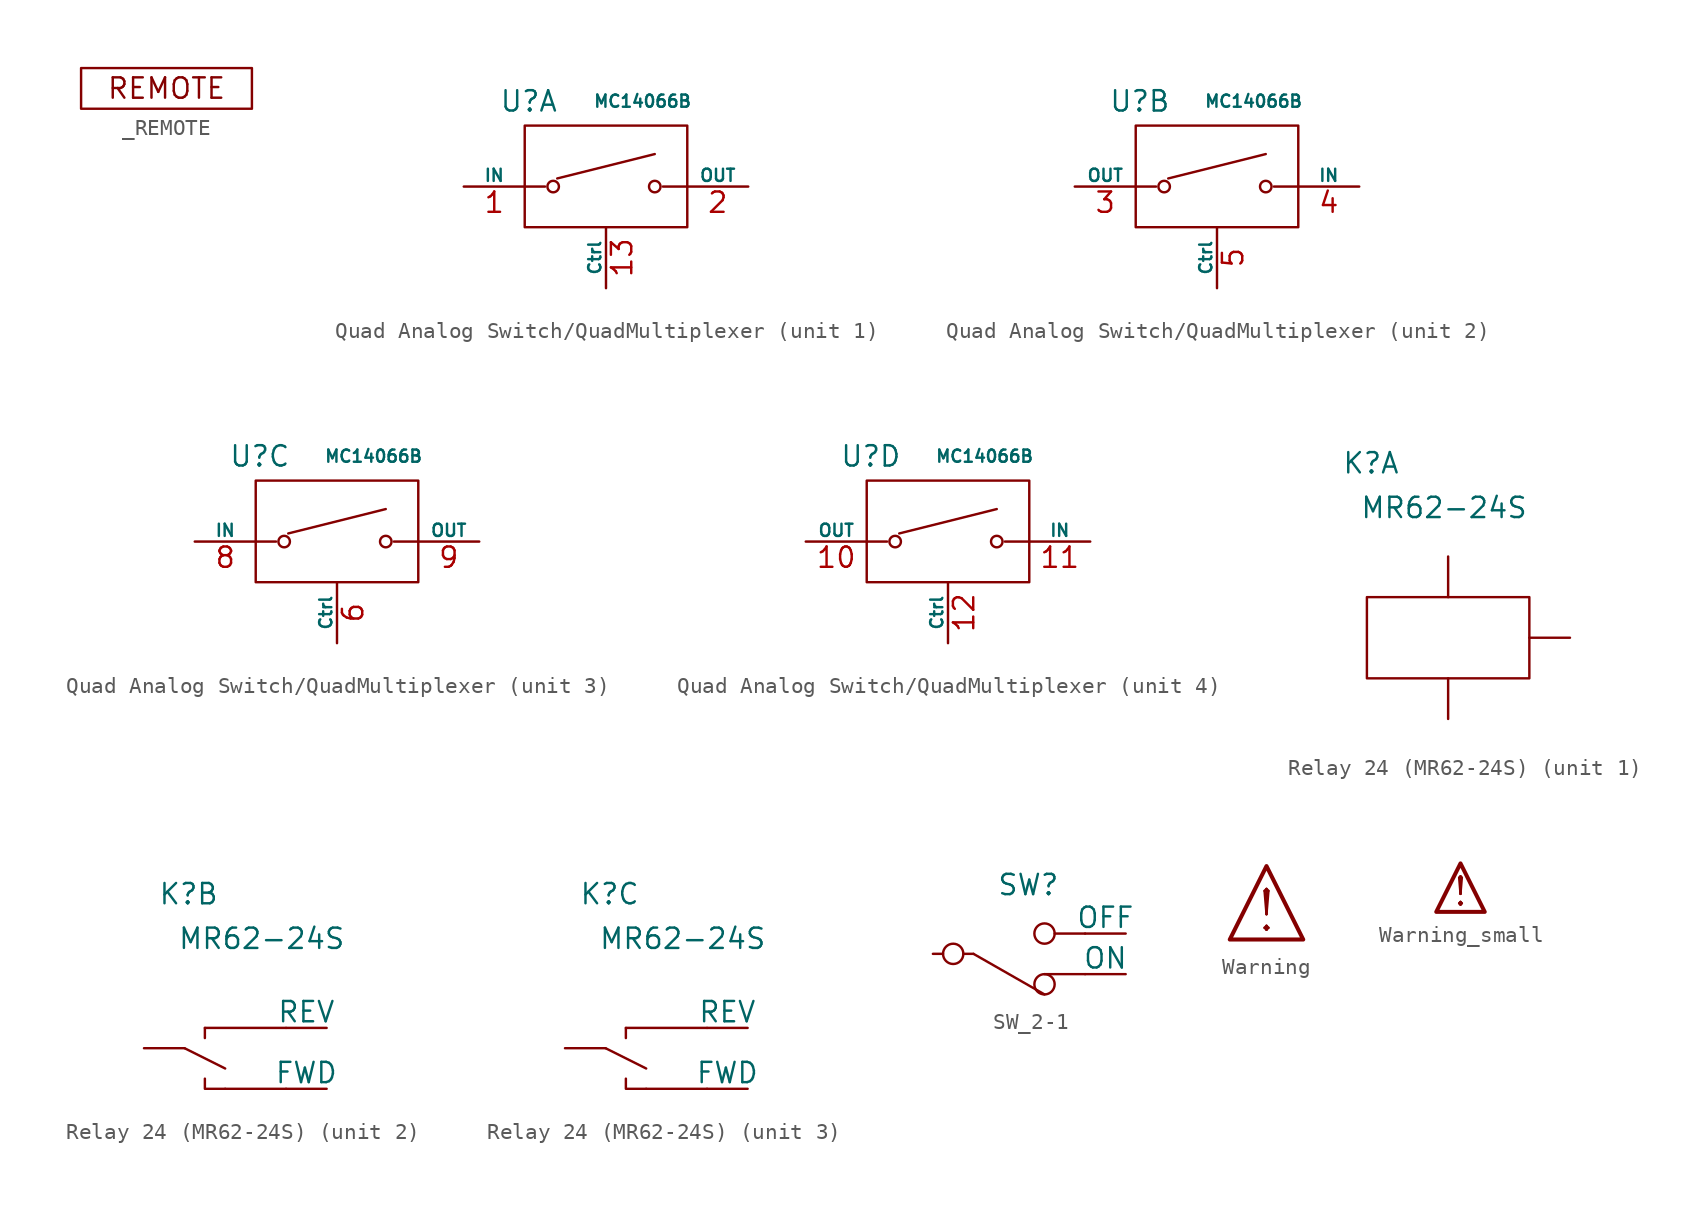
<source format=kicad_sym>
(kicad_symbol_lib
  (version 20241209)
  (generator "kicad_symbol_editor")
  (generator_version "9.0")
  (symbol "_REMOTE"
    (pin_numbers
      (hide yes))
    (pin_names
      (offset 0)
      (hide yes))
    (property "Reference" "BTN"
      (at -6.096 4.318 0)
      (effects (font (size 1.27 1.27)) (hide yes)))
    (property "Value" ""
      (at 0 0 0)
      (effects (font (size 1.27 1.27))))
    (symbol "_REMOTE_0_1"
      (rectangle (start -5.334 1.27) (end 5.334 -1.27) (stroke (width 0) (type default)) (fill (type none))))
    (symbol "_REMOTE_1_1"
      (text "REMOTE" (at 0 0 0) (effects (font (size 1.27 1.27))))))
  (symbol "Quad Analog Switch/QuadMultiplexer"
    (pin_names
      (offset 0))
    (property "Reference" "U"
      (at -4.826 4.064 0)
      (effects (font (size 1.27 1.27))))
    (property "Value" "MC14066B"
      (at 2.286 4.064 0)
      (effects (font (size 0.762 0.762))))
    (symbol "Quad Analog Switch/QuadMultiplexer_0_1"
      (rectangle (start -5.08 2.54) (end 5.08 -3.81) (stroke (width 0) (type default)) (fill (type none)))
      (polyline (pts (xy -5.08 -1.27) (xy -3.81 -1.27)) (stroke (width 0) (type default)) (fill (type none)))
      (circle (center -3.302 -1.27) (radius 0.359) (stroke (width 0) (type default)) (fill (type none)))
      (polyline (pts (xy -3.048 -0.762) (xy 3.048 0.762)) (stroke (width 0) (type default)) (fill (type none)))
      (circle (center 3.048 -1.27) (radius 0.359) (stroke (width 0) (type default)) (fill (type none)))
      (polyline (pts (xy 5.08 -1.27) (xy 3.81 -1.27) (xy 3.556 -1.27)) (stroke (width 0) (type default)) (fill (type none))))
    (symbol "Quad Analog Switch/QuadMultiplexer_1_1"
      (pin input line (at -8.89 -1.27 0) (length 3.81) (name "IN" (effects (font (size 0.762 0.762)))) (number "1" (effects (font (size 1.27 1.27)))))
      (pin input line (at 0 -7.62 90) (length 3.81) (name "Ctrl" (effects (font (size 0.762 0.762)))) (number "13" (effects (font (size 1.27 1.27)))))
      (pin input line (at 8.89 -1.27 180) (length 3.81) (name "OUT" (effects (font (size 0.762 0.762)))) (number "2" (effects (font (size 1.27 1.27))))))
    (symbol "Quad Analog Switch/QuadMultiplexer_2_1"
      (pin input line (at -8.89 -1.27 0) (length 3.81) (name "OUT" (effects (font (size 0.762 0.762)))) (number "3" (effects (font (size 1.27 1.27)))))
      (pin input line (at 0 -7.62 90) (length 3.81) (name "Ctrl" (effects (font (size 0.762 0.762)))) (number "5" (effects (font (size 1.27 1.27)))))
      (pin input line (at 8.89 -1.27 180) (length 3.81) (name "IN" (effects (font (size 0.762 0.762)))) (number "4" (effects (font (size 1.27 1.27))))))
    (symbol "Quad Analog Switch/QuadMultiplexer_3_1"
      (pin input line (at -8.89 -1.27 0) (length 3.81) (name "IN" (effects (font (size 0.762 0.762)))) (number "8" (effects (font (size 1.27 1.27)))))
      (pin input line (at 0 -7.62 90) (length 3.81) (name "Ctrl" (effects (font (size 0.762 0.762)))) (number "6" (effects (font (size 1.27 1.27)))))
      (pin input line (at 8.89 -1.27 180) (length 3.81) (name "OUT" (effects (font (size 0.762 0.762)))) (number "9" (effects (font (size 1.27 1.27))))))
    (symbol "Quad Analog Switch/QuadMultiplexer_4_1"
      (pin input line (at -8.89 -1.27 0) (length 3.81) (name "OUT" (effects (font (size 0.762 0.762)))) (number "10" (effects (font (size 1.27 1.27)))))
      (pin input line (at 0 -7.62 90) (length 3.81) (name "Ctrl" (effects (font (size 0.762 0.762)))) (number "12" (effects (font (size 1.27 1.27)))))
      (pin input line (at 8.89 -1.27 180) (length 3.81) (name "IN" (effects (font (size 0.762 0.762)))) (number "11" (effects (font (size 1.27 1.27)))))))
  (symbol "Relay 24 (MR62-24S)"
    (pin_names
      (offset 0))
    (property "Reference" "K"
      (at -4.826 10.922 0)
      (effects (font (size 1.27 1.27))))
    (property "Value" "MR62-24S"
      (at -0.254 8.128 0)
      (effects (font (size 1.27 1.27))))
    (property "ki_locked" ""
      (at 0 0 0)
      (effects (font (size 1.27 1.27))))
    (symbol "Relay 24 (MR62-24S)_1_1"
      (rectangle (start -5.08 2.54) (end 5.08 -2.54) (stroke (width 0) (type default)) (fill (type none)))
      (polyline (pts (xy 5.08 0) (xy 7.62 0)) (stroke (width 0) (type default)) (fill (type none)))
      (pin input line (at 0 5.08 270) (length 2.54) (name "" (effects (font (size 1.27 1.27)))) (number "" (effects (font (size 1.27 1.27)))))
      (pin input line (at 0 -5.08 90) (length 2.54) (name "" (effects (font (size 1.27 1.27)))) (number "" (effects (font (size 1.27 1.27))))))
    (symbol "Relay 24 (MR62-24S)_2_1"
      (polyline (pts (xy -5.08 1.27) (xy -2.54 0)) (stroke (width 0) (type default)) (fill (type none)))
      (polyline (pts (xy -3.81 2.54) (xy -3.81 1.905)) (stroke (width 0) (type default)) (fill (type none)))
      (polyline (pts (xy -2.54 -1.27) (xy -3.81 -1.27) (xy -3.81 -0.635)) (stroke (width 0) (type default)) (fill (type none)))
      (polyline (pts (xy 1.27 2.54) (xy -3.81 2.54)) (stroke (width 0) (type default)) (fill (type none)))
      (polyline (pts (xy 1.27 -1.27) (xy -2.54 -1.27)) (stroke (width 0) (type default)) (fill (type none)))
      (pin input line (at -7.62 1.27 0) (length 2.54) (name "" (effects (font (size 1.27 1.27)))) (number "" (effects (font (size 1.27 1.27)))))
      (pin input line (at 3.81 2.54 180) (length 2.54) (name "REV" (effects (font (size 1.27 1.27)))) (number "" (effects (font (size 1.27 1.27)))))
      (pin input line (at 3.81 -1.27 180) (length 2.54) (name "FWD" (effects (font (size 1.27 1.27)))) (number "" (effects (font (size 1.27 1.27))))))
    (symbol "Relay 24 (MR62-24S)_3_1"
      (polyline (pts (xy -5.08 1.27) (xy -2.54 0)) (stroke (width 0) (type default)) (fill (type none)))
      (polyline (pts (xy -3.81 2.54) (xy -3.81 1.905)) (stroke (width 0) (type default)) (fill (type none)))
      (polyline (pts (xy -2.54 -1.27) (xy -3.81 -1.27) (xy -3.81 -0.635)) (stroke (width 0) (type default)) (fill (type none)))
      (polyline (pts (xy 1.27 2.54) (xy -3.81 2.54)) (stroke (width 0) (type default)) (fill (type none)))
      (polyline (pts (xy 1.27 -1.27) (xy -2.54 -1.27)) (stroke (width 0) (type default)) (fill (type none)))
      (pin input line (at -7.62 1.27 0) (length 2.54) (name "" (effects (font (size 1.27 1.27)))) (number "" (effects (font (size 1.27 1.27)))))
      (pin input line (at 3.81 2.54 180) (length 2.54) (name "REV" (effects (font (size 1.27 1.27)))) (number "" (effects (font (size 1.27 1.27)))))
      (pin input line (at 3.81 -1.27 180) (length 2.54) (name "FWD" (effects (font (size 1.27 1.27)))) (number "" (effects (font (size 1.27 1.27)))))))
  (symbol "SW_2-1"
    (pin_names
      (offset 0))
    (property "Reference" "SW"
      (at 0.254 5.588 0)
      (effects (font (size 1.27 1.27))))
    (symbol "SW_2-1_0_1"
      (circle (center -4.445 1.27) (radius 0.635) (stroke (width 0) (type default)) (fill (type none)))
      (polyline (pts (xy -3.175 1.27) (xy 1.27 -1.27)) (stroke (width 0) (type default)) (fill (type none)))
      (circle (center 1.27 2.54) (radius 0.635) (stroke (width 0) (type default)) (fill (type none)))
      (circle (center 1.27 -0.635) (radius 0.635) (stroke (width 0) (type default)) (fill (type none))))
    (symbol "SW_2-1_1_1"
      (polyline (pts (xy -3.175 1.27) (xy -3.81 1.27)) (stroke (width 0) (type solid)) (fill (type none)))
      (polyline (pts (xy 3.81 2.54) (xy 1.905 2.54)) (stroke (width 0) (type default)) (fill (type none)))
      (polyline (pts (xy 3.81 0) (xy 1.27 0)) (stroke (width 0) (type default)) (fill (type none)))
      (pin input line (at -5.715 1.27 0) (length 0.635) (name "" (effects (font (size 1.27 1.27)))) (number "" (effects (font (size 1.27 1.27)))))
      (pin input line (at 6.35 2.54 180) (length 2.54) (name "OFF" (effects (font (size 1.27 1.27)))) (number "" (effects (font (size 1.27 1.27)))))
      (pin input line (at 6.35 0 180) (length 2.54) (name "ON" (effects (font (size 1.27 1.27)))) (number "" (effects (font (size 1.27 1.27)))))))
  (symbol "Warning"
    (property "Reference" "G"
      (at -4.572 4.318 0)
      (effects (font (size 1.27 1.27)) (hide yes)))
    (symbol "Warning_1_1"
      (polyline (pts (xy 0 2.032) (xy -2.286 -2.54) (xy 2.286 -2.54) (xy 0 2.032)) (stroke (width 0.254) (type solid)) (fill (type none)))
      (text "!" (at 0 -0.762 0) (effects (font (face "KiCad Font") (size 2.54 2.54))))))
  (symbol "Warning_small"
    (property "Reference" "G"
      (at -2.286 3.048 0)
      (effects (font (size 1.27 1.27)) (hide yes)))
    (symbol "Warning_small_1_1"
      (polyline (pts (xy 0 2.54) (xy -1.524 -0.508) (xy 1.524 -0.508) (xy 0 2.54)) (stroke (width 0.254) (type solid)) (fill (type none)))
      (text "!" (at 0 0.762 0) (effects (font (face "KiCad Font") (size 1.778 1.778)))))))
</source>
